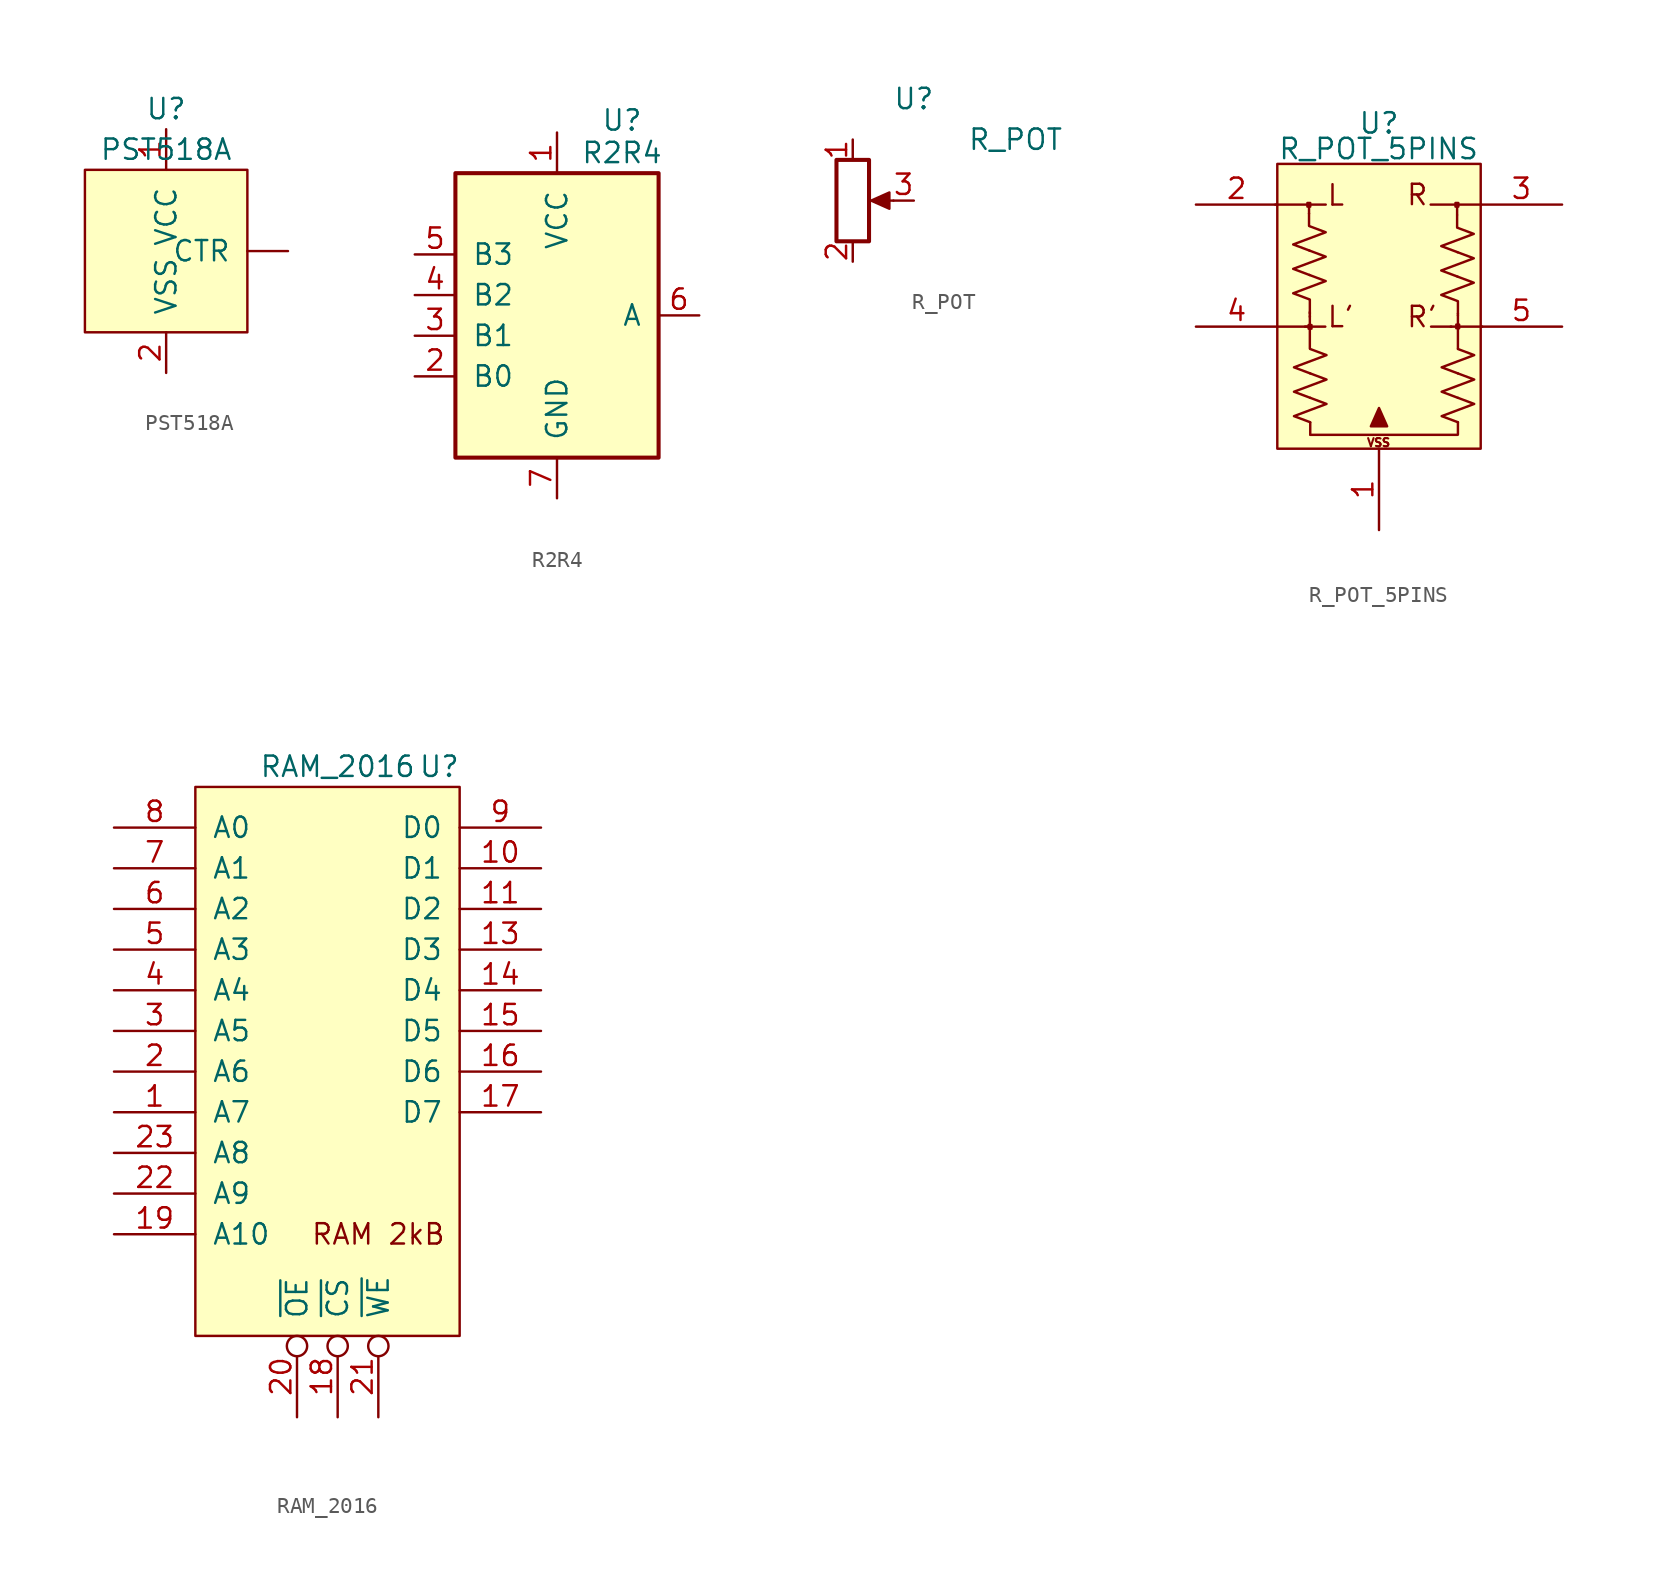
<source format=kicad_sym>
(kicad_symbol_lib
  (version 20231120)
  (generator "kicad_symbol_editor")
  (generator_version "8.0")
  (symbol "PST518A"
    (pin_names
      (offset 1.016))
    (property "Reference" "U"
      (at 0 8.89 0)
      (effects (font (size 1.27 1.27))))
    (property "Value" "PST518A"
      (at 0 6.35 0)
      (effects (font (size 1.27 1.27))))
    (symbol "PST518A_0_1"
      (rectangle (start -5.08 5.08) (end 5.08 -5.08) (stroke (width 0) (type default)) (fill (type background))))
    (symbol "PST518A_1_1"
      (pin power_in line (at 0 7.62 270) (length 2.54) (name "VCC" (effects (font (size 1.27 1.27)))) (number "1" (effects (font (size 1.27 1.27)))))
      (pin power_in line (at 0 -7.62 90) (length 2.54) (name "VSS" (effects (font (size 1.27 1.27)))) (number "2" (effects (font (size 1.27 1.27)))))
      (pin output line (at 7.62 0 180) (length 2.54) (name "CTR" (effects (font (size 1.27 1.27)))) (number "~" (effects (font (size 1.27 1.27)))))))
  (symbol "R2R4"
    (pin_names
      (offset 1.016))
    (property "Reference" "U"
      (at 4.064 12.192 0)
      (effects (font (size 1.27 1.27))))
    (property "Value" "R2R4"
      (at 4.064 10.16 0)
      (effects (font (size 1.27 1.27))))
    (symbol "R2R4_1_1"
      (rectangle (start -6.35 8.89) (end 6.35 -8.89) (stroke (width 0.254) (type default)) (fill (type background)))
      (pin power_in line (at 0 11.43 270) (length 2.54) (name "VCC" (effects (font (size 1.27 1.27)))) (number "1" (effects (font (size 1.27 1.27)))))
      (pin input line (at -8.89 -3.81 0) (length 2.54) (name "B0" (effects (font (size 1.27 1.27)))) (number "2" (effects (font (size 1.27 1.27)))))
      (pin input line (at -8.89 -1.27 0) (length 2.54) (name "B1" (effects (font (size 1.27 1.27)))) (number "3" (effects (font (size 1.27 1.27)))))
      (pin input line (at -8.89 1.27 0) (length 2.54) (name "B2" (effects (font (size 1.27 1.27)))) (number "4" (effects (font (size 1.27 1.27)))))
      (pin input line (at -8.89 3.81 0) (length 2.54) (name "B3" (effects (font (size 1.27 1.27)))) (number "5" (effects (font (size 1.27 1.27)))))
      (pin output line (at 8.89 0 180) (length 2.54) (name "A" (effects (font (size 1.27 1.27)))) (number "6" (effects (font (size 1.27 1.27)))))
      (pin power_out line (at 0 -11.43 90) (length 2.54) (name "GND" (effects (font (size 1.27 1.27)))) (number "7" (effects (font (size 1.27 1.27)))))))
  (symbol "R_POT"
    (property "Reference" "U"
      (at 3.81 6.35 0)
      (effects (font (size 1.27 1.27))))
    (property "Value" "R_POT"
      (at 10.16 3.81 0)
      (effects (font (size 1.27 1.27))))
    (symbol "R_POT_0_1"
      (rectangle (start -1.016 2.54) (end 1.016 -2.54) (stroke (width 0.254) (type default)) (fill (type none)))
      (polyline (pts (xy 2.54 0) (xy 1.524 0)) (stroke (width 0) (type default)) (fill (type none)))
      (polyline (pts (xy 1.143 0) (xy 2.286 0.508) (xy 2.286 -0.508) (xy 1.143 0)) (stroke (width 0) (type default)) (fill (type outline))))
    (symbol "R_POT_1_1"
      (pin passive line (at 0 3.81 270) (length 1.27) (name "" (effects (font (size 1.27 1.27)))) (number "1" (effects (font (size 1.27 1.27)))))
      (pin passive line (at 0 -3.81 90) (length 1.27) (name "" (effects (font (size 1.27 1.27)))) (number "2" (effects (font (size 1.27 1.27)))))
      (pin passive line (at 3.81 0 180) (length 1.27) (name "" (effects (font (size 1.27 1.27)))) (number "3" (effects (font (size 1.27 1.27)))))))
  (symbol "R_POT_5PINS"
    (property "Reference" "U"
      (at 0 11.43 0)
      (effects (font (size 1.27 1.27))))
    (property "Value" "R_POT_5PINS"
      (at -0.025 9.83 0)
      (effects (font (size 1.27 1.27))))
    (symbol "R_POT_5PINS_0_0"
      (rectangle (start -6.35 8.89) (end 6.35 -8.89) (stroke (width 0.152) (type default)) (fill (type background)))
      (polyline (pts (xy -4.623 -1.27) (xy -3.353 -1.27)) (stroke (width 0.152) (type default)) (fill (type none)))
      (polyline (pts (xy -4.369 5.791) (xy -4.369 5.029)) (stroke (width 0.152) (type default)) (fill (type none)))
      (polyline (pts (xy -4.318 -2.642) (xy -4.318 -1.372)) (stroke (width 0.152) (type default)) (fill (type none)))
      (polyline (pts (xy -4.318 -0.61) (xy -4.318 -1.372)) (stroke (width 0.152) (type default)) (fill (type none)))
      (polyline (pts (xy -4.318 -0.356) (xy -4.318 -0.457)) (stroke (width 0.152) (type default)) (fill (type none)))
      (polyline (pts (xy -4.318 0.406) (xy -4.318 -0.356)) (stroke (width 0.152) (type default)) (fill (type none)))
      (polyline (pts (xy -4.293 -7.264) (xy -4.293 -8.026)) (stroke (width 0.152) (type default)) (fill (type none)))
      (polyline (pts (xy 3.251 -1.27) (xy 4.521 -1.27)) (stroke (width 0.152) (type default)) (fill (type none)))
      (polyline (pts (xy 4.877 5.69) (xy 4.877 4.928)) (stroke (width 0.152) (type default)) (fill (type none)))
      (polyline (pts (xy 4.928 -7.239) (xy 4.928 -8.001)) (stroke (width 0.152) (type default)) (fill (type none)))
      (polyline (pts (xy 4.928 -2.642) (xy 4.928 -1.372)) (stroke (width 0.152) (type default)) (fill (type none)))
      (polyline (pts (xy 4.928 -0.559) (xy 4.928 -1.321)) (stroke (width 0.152) (type default)) (fill (type none)))
      (polyline (pts (xy 4.928 -0.457) (xy 4.928 -0.559)) (stroke (width 0.152) (type default)) (fill (type none)))
      (polyline (pts (xy 4.928 0.305) (xy 4.928 -0.457)) (stroke (width 0.152) (type default)) (fill (type none)))
      (polyline (pts (xy -4.267 -8.026) (xy 4.902 -8.026) (xy 4.877 -8.026)) (stroke (width 0.152) (type default)) (fill (type none)))
      (polyline (pts (xy -4.47 6.223) (xy -4.47 6.452) (xy -4.369 6.452) (xy -4.318 6.452) (xy -4.293 6.274) (xy -4.293 6.248) (xy -4.293 6.223) (xy -4.293 6.452)) (stroke (width 0) (type default)) (fill (type none)))
      (polyline (pts (xy -4.216 -1.168) (xy -4.216 -1.397) (xy -4.318 -1.397) (xy -4.369 -1.397) (xy -4.394 -1.219) (xy -4.394 -1.194) (xy -4.394 -1.168) (xy -4.394 -1.397)) (stroke (width 0) (type default)) (fill (type none)))
      (polyline (pts (xy 4.775 6.223) (xy 4.775 6.452) (xy 4.877 6.452) (xy 4.928 6.452) (xy 4.953 6.274) (xy 4.953 6.248) (xy 4.953 6.223) (xy 4.953 6.452)) (stroke (width 0) (type default)) (fill (type none)))
      (polyline (pts (xy 4.826 -1.372) (xy 4.826 -1.143) (xy 4.928 -1.143) (xy 4.978 -1.143) (xy 5.004 -1.321) (xy 5.004 -1.346) (xy 5.004 -1.372) (xy 5.004 -1.143)) (stroke (width 0) (type default)) (fill (type none)))
      (text "L" (at -2.692 6.934 0) (effects (font (size 1.27 1.27))))
      (text "L'" (at -2.388 -0.66 0) (effects (font (size 1.27 1.27))))
      (text "R" (at 2.388 6.96 0) (effects (font (size 1.27 1.27))))
      (text "R'" (at 2.692 -0.66 0) (effects (font (size 1.27 1.27))))
      (text "VSS" (at -0.025 -8.509 0) (effects (font (size 0.508 0.508)))))
    (symbol "R_POT_5PINS_0_1"
      (polyline (pts (xy -6.35 -1.27) (xy -4.42 -1.27)) (stroke (width 0.152) (type default)) (fill (type none)))
      (polyline (pts (xy -4.369 5.791) (xy -4.369 6.325)) (stroke (width 0.152) (type default)) (fill (type none)))
      (polyline (pts (xy -4.318 -0.406) (xy -4.318 -0.66)) (stroke (width 0.152) (type default)) (fill (type none)))
      (polyline (pts (xy -3.327 6.35) (xy -6.477 6.35)) (stroke (width 0.152) (type default)) (fill (type none)))
      (polyline (pts (xy 4.47 -1.27) (xy 6.452 -1.27)) (stroke (width 0.152) (type default)) (fill (type none)))
      (polyline (pts (xy 4.877 5.715) (xy 4.877 6.248)) (stroke (width 0.152) (type default)) (fill (type none)))
      (polyline (pts (xy 6.375 6.35) (xy 3.226 6.35)) (stroke (width 0.152) (type default)) (fill (type none)))
      (polyline (pts (xy 0 -6.35) (xy 0.508 -7.493) (xy -0.508 -7.493) (xy 0 -6.35)) (stroke (width 0) (type default)) (fill (type outline)))
      (polyline (pts (xy -4.343 1.956) (xy -3.327 1.575) (xy -4.343 1.194) (xy -5.359 0.813) (xy -4.343 0.432)) (stroke (width 0) (type default)) (fill (type none)))
      (polyline (pts (xy -4.343 3.48) (xy -3.327 3.099) (xy -4.343 2.718) (xy -5.359 2.337) (xy -4.343 1.956)) (stroke (width 0) (type default)) (fill (type none)))
      (polyline (pts (xy -4.343 5.004) (xy -3.327 4.623) (xy -4.343 4.242) (xy -5.359 3.861) (xy -4.343 3.48)) (stroke (width 0) (type default)) (fill (type none)))
      (polyline (pts (xy -4.293 -7.239) (xy -5.309 -6.858) (xy -4.293 -6.477) (xy -3.277 -6.096) (xy -4.293 -5.715)) (stroke (width 0) (type default)) (fill (type none)))
      (polyline (pts (xy -4.293 -5.715) (xy -5.309 -5.334) (xy -4.293 -4.953) (xy -3.277 -4.572) (xy -4.293 -4.191)) (stroke (width 0) (type default)) (fill (type none)))
      (polyline (pts (xy -4.293 -4.191) (xy -5.309 -3.81) (xy -4.293 -3.429) (xy -3.277 -3.048) (xy -4.293 -2.667)) (stroke (width 0) (type default)) (fill (type none)))
      (polyline (pts (xy 4.902 1.854) (xy 5.918 1.473) (xy 4.902 1.092) (xy 3.886 0.711) (xy 4.902 0.33)) (stroke (width 0) (type default)) (fill (type none)))
      (polyline (pts (xy 4.902 3.378) (xy 5.918 2.997) (xy 4.902 2.616) (xy 3.886 2.235) (xy 4.902 1.854)) (stroke (width 0) (type default)) (fill (type none)))
      (polyline (pts (xy 4.902 4.902) (xy 5.918 4.521) (xy 4.902 4.14) (xy 3.886 3.759) (xy 4.902 3.378)) (stroke (width 0) (type default)) (fill (type none)))
      (polyline (pts (xy 4.928 -7.239) (xy 3.912 -6.858) (xy 4.928 -6.477) (xy 5.944 -6.096) (xy 4.928 -5.715)) (stroke (width 0) (type default)) (fill (type none)))
      (polyline (pts (xy 4.928 -5.715) (xy 3.912 -5.334) (xy 4.928 -4.953) (xy 5.944 -4.572) (xy 4.928 -4.191)) (stroke (width 0) (type default)) (fill (type none)))
      (polyline (pts (xy 4.928 -4.191) (xy 3.912 -3.81) (xy 4.928 -3.429) (xy 5.944 -3.048) (xy 4.928 -2.667)) (stroke (width 0) (type default)) (fill (type none))))
    (symbol "R_POT_5PINS_1_1"
      (pin power_in line (at 0 -13.97 90) (length 5.08) (name "" (effects (font (size 0.508 0.508)))) (number "1" (effects (font (size 1.27 1.27)))))
      (pin passive line (at -11.43 6.35 0) (length 5.08) (name "" (effects (font (size 1.27 1.27)))) (number "2" (effects (font (size 1.27 1.27)))))
      (pin passive line (at 11.43 6.35 180) (length 5.08) (name "" (effects (font (size 1.27 1.27)))) (number "3" (effects (font (size 1.27 1.27)))))
      (pin passive line (at -11.43 -1.27 0) (length 5.08) (name "" (effects (font (size 1.27 1.27)))) (number "4" (effects (font (size 1.27 1.27)))))
      (pin passive line (at 11.43 -1.27 180) (length 5.08) (name "" (effects (font (size 1.27 1.27)))) (number "5" (effects (font (size 1.27 1.27)))))))
  (symbol "RAM_2016"
    (pin_names
      (offset 1.016))
    (property "Reference" "U"
      (at 7.62 17.78 0)
      (effects (font (size 1.27 1.27))))
    (property "Value" "RAM_2016"
      (at 1.27 17.78 0)
      (effects (font (size 1.27 1.27))))
    (symbol "RAM_2016_0_0"
      (text "RAM 2kB" (at 3.81 -11.43 0) (effects (font (size 1.27 1.27)))))
    (symbol "RAM_2016_0_1"
      (rectangle (start -7.62 16.51) (end 8.89 -17.78) (stroke (width 0) (type default)) (fill (type background))))
    (symbol "RAM_2016_1_0"
      (pin input line (at -12.7 -3.81 0) (length 5.08) (name "A7" (effects (font (size 1.27 1.27)))) (number "1" (effects (font (size 1.27 1.27)))))
      (pin tri_state line (at 13.97 11.43 180) (length 5.08) (name "D1" (effects (font (size 1.27 1.27)))) (number "10" (effects (font (size 1.27 1.27)))))
      (pin tri_state line (at 13.97 8.89 180) (length 5.08) (name "D2" (effects (font (size 1.27 1.27)))) (number "11" (effects (font (size 1.27 1.27)))))
      (pin tri_state line (at 13.97 6.35 180) (length 5.08) (name "D3" (effects (font (size 1.27 1.27)))) (number "13" (effects (font (size 1.27 1.27)))))
      (pin tri_state line (at 13.97 3.81 180) (length 5.08) (name "D4" (effects (font (size 1.27 1.27)))) (number "14" (effects (font (size 1.27 1.27)))))
      (pin tri_state line (at 13.97 1.27 180) (length 5.08) (name "D5" (effects (font (size 1.27 1.27)))) (number "15" (effects (font (size 1.27 1.27)))))
      (pin tri_state line (at 13.97 -1.27 180) (length 5.08) (name "D6" (effects (font (size 1.27 1.27)))) (number "16" (effects (font (size 1.27 1.27)))))
      (pin tri_state line (at 13.97 -3.81 180) (length 5.08) (name "D7" (effects (font (size 1.27 1.27)))) (number "17" (effects (font (size 1.27 1.27)))))
      (pin input inverted (at 1.27 -22.86 90) (length 5.08) (name "~{CS}" (effects (font (size 1.27 1.27)))) (number "18" (effects (font (size 1.27 1.27)))))
      (pin input line (at -12.7 -11.43 0) (length 5.08) (name "A10" (effects (font (size 1.27 1.27)))) (number "19" (effects (font (size 1.27 1.27)))))
      (pin input line (at -12.7 -1.27 0) (length 5.08) (name "A6" (effects (font (size 1.27 1.27)))) (number "2" (effects (font (size 1.27 1.27)))))
      (pin input inverted (at -1.27 -22.86 90) (length 5.08) (name "~{OE}" (effects (font (size 1.27 1.27)))) (number "20" (effects (font (size 1.27 1.27)))))
      (pin input inverted (at 3.81 -22.86 90) (length 5.08) (name "~{WE}" (effects (font (size 1.27 1.27)))) (number "21" (effects (font (size 1.27 1.27)))))
      (pin input line (at -12.7 -8.89 0) (length 5.08) (name "A9" (effects (font (size 1.27 1.27)))) (number "22" (effects (font (size 1.27 1.27)))))
      (pin input line (at -12.7 -6.35 0) (length 5.08) (name "A8" (effects (font (size 1.27 1.27)))) (number "23" (effects (font (size 1.27 1.27)))))
      (pin input line (at -12.7 1.27 0) (length 5.08) (name "A5" (effects (font (size 1.27 1.27)))) (number "3" (effects (font (size 1.27 1.27)))))
      (pin input line (at -12.7 3.81 0) (length 5.08) (name "A4" (effects (font (size 1.27 1.27)))) (number "4" (effects (font (size 1.27 1.27)))))
      (pin input line (at -12.7 6.35 0) (length 5.08) (name "A3" (effects (font (size 1.27 1.27)))) (number "5" (effects (font (size 1.27 1.27)))))
      (pin input line (at -12.7 8.89 0) (length 5.08) (name "A2" (effects (font (size 1.27 1.27)))) (number "6" (effects (font (size 1.27 1.27)))))
      (pin input line (at -12.7 11.43 0) (length 5.08) (name "A1" (effects (font (size 1.27 1.27)))) (number "7" (effects (font (size 1.27 1.27)))))
      (pin input line (at -12.7 13.97 0) (length 5.08) (name "A0" (effects (font (size 1.27 1.27)))) (number "8" (effects (font (size 1.27 1.27)))))
      (pin tri_state line (at 13.97 13.97 180) (length 5.08) (name "D0" (effects (font (size 1.27 1.27)))) (number "9" (effects (font (size 1.27 1.27))))))))
</source>
